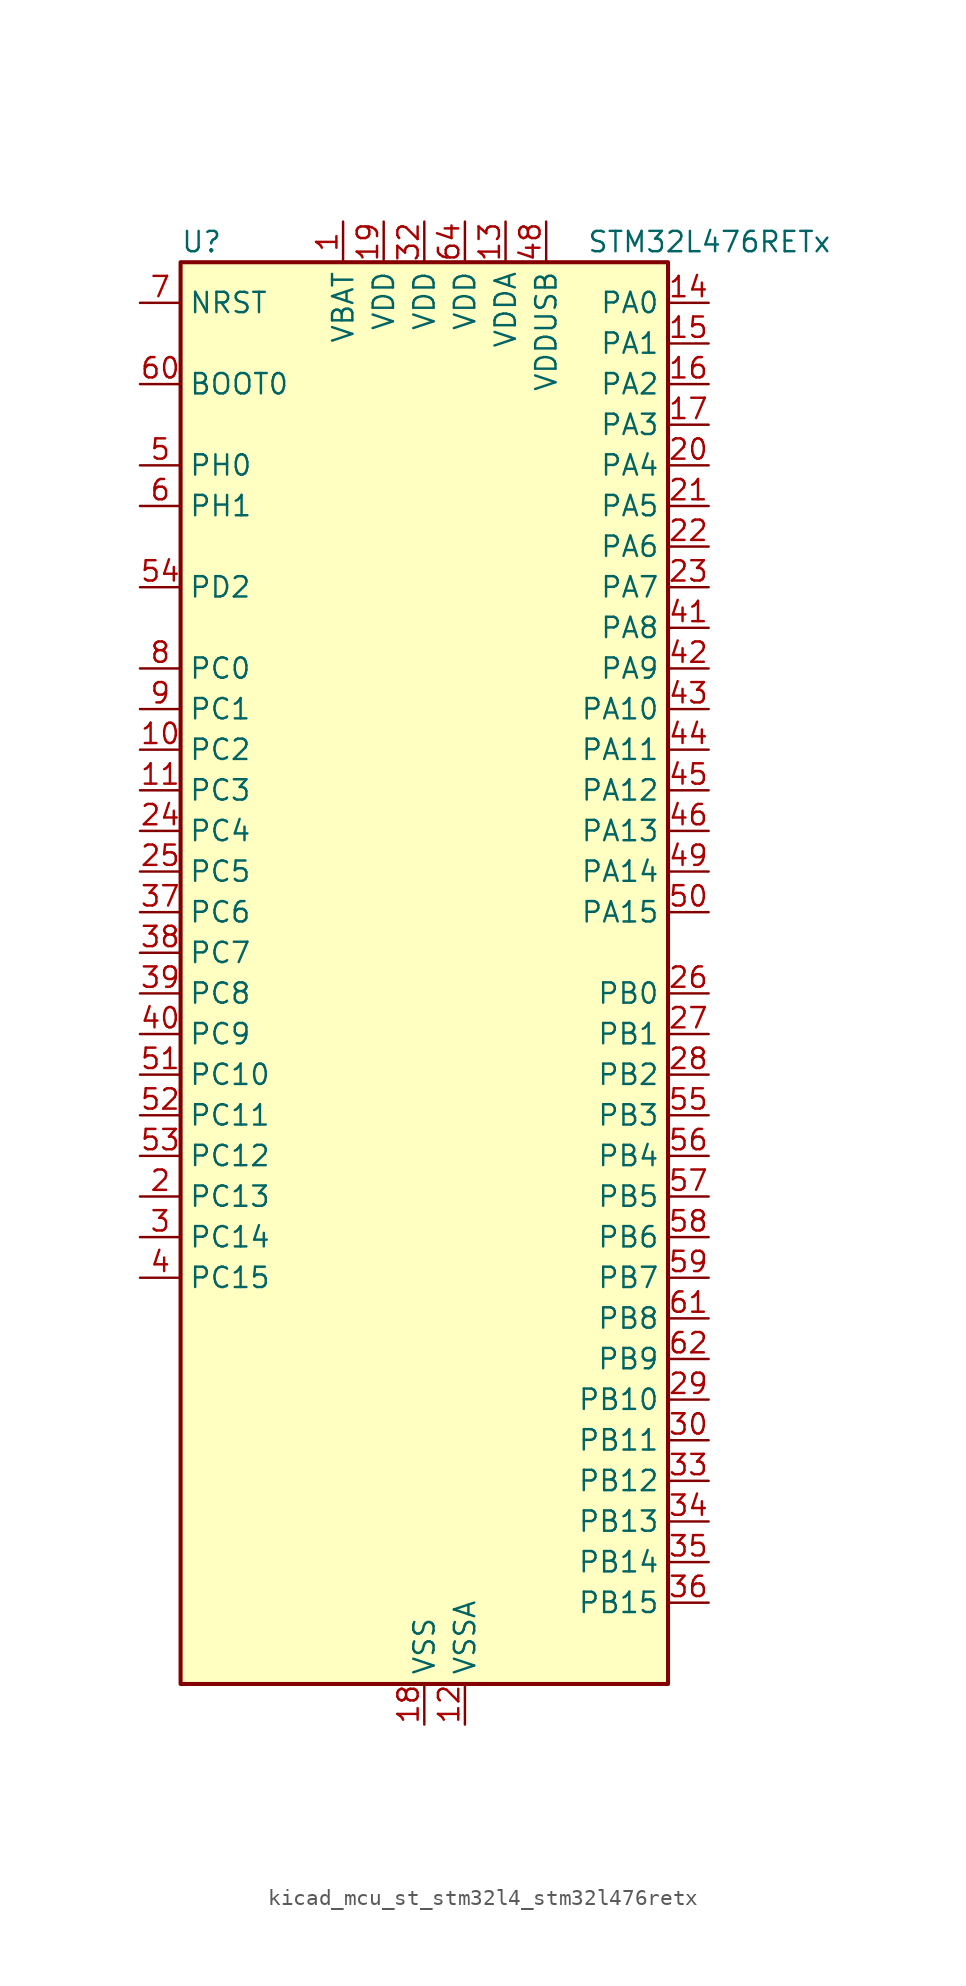
<source format=kicad_sym>
(kicad_symbol_lib
  (version 20220914)
  (generator kicad_symbol_editor)
  (symbol "kicad_mcu_st_stm32l4_stm32l476retx"
    (property "Reference" "U"
      (at -15.24 46.99 0)
      (effects (font (size 1.27 1.27)) (justify left)))
    (property "Value" "STM32L476RETx"
      (at 10.16 46.99 0)
      (effects (font (size 1.27 1.27)) (justify left)))
    (property "ki_locked" ""
      (at 0 0 0)
      (effects (font (size 1.27 1.27))))
    (symbol "kicad_mcu_st_stm32l4_stm32l476retx_0_1"
      (rectangle (start -15.24 -43.18) (end 15.24 45.72) (stroke (width 0.254) (type default)) (fill (type background))))
    (symbol "kicad_mcu_st_stm32l4_stm32l476retx_1_1"
      (pin power_in line (at -5.08 48.26 270) (length 2.54) (name "VBAT" (effects (font (size 1.27 1.27)))) (number "1" (effects (font (size 1.27 1.27)))))
      (pin bidirectional line (at -17.78 15.24 0) (length 2.54) (name "PC2" (effects (font (size 1.27 1.27)))) (number "10" (effects (font (size 1.27 1.27)))) (alternate "ADC1_IN3" bidirectional line) (alternate "ADC2_IN3" bidirectional line) (alternate "ADC3_IN3" bidirectional line) (alternate "DFSDM1_CKOUT" bidirectional line) (alternate "LCD_SEG20" bidirectional line) (alternate "LPTIM1_IN2" bidirectional line) (alternate "SPI2_MISO" bidirectional line))
      (pin bidirectional line (at -17.78 12.7 0) (length 2.54) (name "PC3" (effects (font (size 1.27 1.27)))) (number "11" (effects (font (size 1.27 1.27)))) (alternate "ADC1_IN4" bidirectional line) (alternate "ADC2_IN4" bidirectional line) (alternate "ADC3_IN4" bidirectional line) (alternate "LCD_VLCD" bidirectional line) (alternate "LPTIM1_ETR" bidirectional line) (alternate "LPTIM2_ETR" bidirectional line) (alternate "SAI1_SD_A" bidirectional line) (alternate "SPI2_MOSI" bidirectional line))
      (pin power_in line (at 2.54 -45.72 90) (length 2.54) (name "VSSA" (effects (font (size 1.27 1.27)))) (number "12" (effects (font (size 1.27 1.27)))))
      (pin power_in line (at 5.08 48.26 270) (length 2.54) (name "VDDA" (effects (font (size 1.27 1.27)))) (number "13" (effects (font (size 1.27 1.27)))))
      (pin bidirectional line (at 17.78 43.18 180) (length 2.54) (name "PA0" (effects (font (size 1.27 1.27)))) (number "14" (effects (font (size 1.27 1.27)))) (alternate "ADC1_IN5" bidirectional line) (alternate "ADC2_IN5" bidirectional line) (alternate "OPAMP1_VINP" bidirectional line) (alternate "RTC_TAMP2" bidirectional line) (alternate "SAI1_EXTCLK" bidirectional line) (alternate "SYS_WKUP1" bidirectional line) (alternate "TIM2_CH1" bidirectional line) (alternate "TIM2_ETR" bidirectional line) (alternate "TIM5_CH1" bidirectional line) (alternate "TIM8_ETR" bidirectional line) (alternate "UART4_TX" bidirectional line) (alternate "USART2_CTS" bidirectional line))
      (pin bidirectional line (at 17.78 40.64 180) (length 2.54) (name "PA1" (effects (font (size 1.27 1.27)))) (number "15" (effects (font (size 1.27 1.27)))) (alternate "ADC1_IN6" bidirectional line) (alternate "ADC2_IN6" bidirectional line) (alternate "LCD_SEG0" bidirectional line) (alternate "OPAMP1_VINM" bidirectional line) (alternate "TIM15_CH1N" bidirectional line) (alternate "TIM2_CH2" bidirectional line) (alternate "TIM5_CH2" bidirectional line) (alternate "UART4_RX" bidirectional line) (alternate "USART2_DE" bidirectional line) (alternate "USART2_RTS" bidirectional line))
      (pin bidirectional line (at 17.78 38.1 180) (length 2.54) (name "PA2" (effects (font (size 1.27 1.27)))) (number "16" (effects (font (size 1.27 1.27)))) (alternate "ADC1_IN7" bidirectional line) (alternate "ADC2_IN7" bidirectional line) (alternate "LCD_SEG1" bidirectional line) (alternate "RCC_LSCO" bidirectional line) (alternate "SAI2_EXTCLK" bidirectional line) (alternate "SYS_WKUP4" bidirectional line) (alternate "TIM15_CH1" bidirectional line) (alternate "TIM2_CH3" bidirectional line) (alternate "TIM5_CH3" bidirectional line) (alternate "USART2_TX" bidirectional line))
      (pin bidirectional line (at 17.78 35.56 180) (length 2.54) (name "PA3" (effects (font (size 1.27 1.27)))) (number "17" (effects (font (size 1.27 1.27)))) (alternate "ADC1_IN8" bidirectional line) (alternate "ADC2_IN8" bidirectional line) (alternate "LCD_SEG2" bidirectional line) (alternate "OPAMP1_VOUT" bidirectional line) (alternate "TIM15_CH2" bidirectional line) (alternate "TIM2_CH4" bidirectional line) (alternate "TIM5_CH4" bidirectional line) (alternate "USART2_RX" bidirectional line))
      (pin power_in line (at 0 -45.72 90) (length 2.54) (name "VSS" (effects (font (size 1.27 1.27)))) (number "18" (effects (font (size 1.27 1.27)))))
      (pin power_in line (at -2.54 48.26 270) (length 2.54) (name "VDD" (effects (font (size 1.27 1.27)))) (number "19" (effects (font (size 1.27 1.27)))))
      (pin bidirectional line (at -17.78 -12.7 0) (length 2.54) (name "PC13" (effects (font (size 1.27 1.27)))) (number "2" (effects (font (size 1.27 1.27)))) (alternate "RTC_OUT_ALARM" bidirectional line) (alternate "RTC_OUT_CALIB" bidirectional line) (alternate "RTC_TAMP1" bidirectional line) (alternate "RTC_TS" bidirectional line) (alternate "SYS_WKUP2" bidirectional line))
      (pin bidirectional line (at 17.78 33.02 180) (length 2.54) (name "PA4" (effects (font (size 1.27 1.27)))) (number "20" (effects (font (size 1.27 1.27)))) (alternate "ADC1_IN9" bidirectional line) (alternate "ADC2_IN9" bidirectional line) (alternate "DAC1_OUT1" bidirectional line) (alternate "LPTIM2_OUT" bidirectional line) (alternate "SAI1_FS_B" bidirectional line) (alternate "SPI1_NSS" bidirectional line) (alternate "SPI3_NSS" bidirectional line) (alternate "USART2_CK" bidirectional line))
      (pin bidirectional line (at 17.78 30.48 180) (length 2.54) (name "PA5" (effects (font (size 1.27 1.27)))) (number "21" (effects (font (size 1.27 1.27)))) (alternate "ADC1_IN10" bidirectional line) (alternate "ADC2_IN10" bidirectional line) (alternate "DAC1_OUT2" bidirectional line) (alternate "LPTIM2_ETR" bidirectional line) (alternate "SPI1_SCK" bidirectional line) (alternate "TIM2_CH1" bidirectional line) (alternate "TIM2_ETR" bidirectional line) (alternate "TIM8_CH1N" bidirectional line))
      (pin bidirectional line (at 17.78 27.94 180) (length 2.54) (name "PA6" (effects (font (size 1.27 1.27)))) (number "22" (effects (font (size 1.27 1.27)))) (alternate "ADC1_IN11" bidirectional line) (alternate "ADC2_IN11" bidirectional line) (alternate "LCD_SEG3" bidirectional line) (alternate "OPAMP2_VINP" bidirectional line) (alternate "QUADSPI_BK1_IO3" bidirectional line) (alternate "SPI1_MISO" bidirectional line) (alternate "TIM16_CH1" bidirectional line) (alternate "TIM1_BKIN" bidirectional line) (alternate "TIM1_BKIN_COMP2" bidirectional line) (alternate "TIM3_CH1" bidirectional line) (alternate "TIM8_BKIN" bidirectional line) (alternate "TIM8_BKIN_COMP2" bidirectional line) (alternate "USART3_CTS" bidirectional line))
      (pin bidirectional line (at 17.78 25.4 180) (length 2.54) (name "PA7" (effects (font (size 1.27 1.27)))) (number "23" (effects (font (size 1.27 1.27)))) (alternate "ADC1_IN12" bidirectional line) (alternate "ADC2_IN12" bidirectional line) (alternate "LCD_SEG4" bidirectional line) (alternate "OPAMP2_VINM" bidirectional line) (alternate "QUADSPI_BK1_IO2" bidirectional line) (alternate "SPI1_MOSI" bidirectional line) (alternate "TIM17_CH1" bidirectional line) (alternate "TIM1_CH1N" bidirectional line) (alternate "TIM3_CH2" bidirectional line) (alternate "TIM8_CH1N" bidirectional line))
      (pin bidirectional line (at -17.78 10.16 0) (length 2.54) (name "PC4" (effects (font (size 1.27 1.27)))) (number "24" (effects (font (size 1.27 1.27)))) (alternate "ADC1_IN13" bidirectional line) (alternate "ADC2_IN13" bidirectional line) (alternate "COMP1_INM" bidirectional line) (alternate "LCD_SEG22" bidirectional line) (alternate "USART3_TX" bidirectional line))
      (pin bidirectional line (at -17.78 7.62 0) (length 2.54) (name "PC5" (effects (font (size 1.27 1.27)))) (number "25" (effects (font (size 1.27 1.27)))) (alternate "ADC1_IN14" bidirectional line) (alternate "ADC2_IN14" bidirectional line) (alternate "COMP1_INP" bidirectional line) (alternate "LCD_SEG23" bidirectional line) (alternate "SYS_WKUP5" bidirectional line) (alternate "USART3_RX" bidirectional line))
      (pin bidirectional line (at 17.78 0 180) (length 2.54) (name "PB0" (effects (font (size 1.27 1.27)))) (number "26" (effects (font (size 1.27 1.27)))) (alternate "ADC1_IN15" bidirectional line) (alternate "ADC2_IN15" bidirectional line) (alternate "COMP1_OUT" bidirectional line) (alternate "LCD_SEG5" bidirectional line) (alternate "OPAMP2_VOUT" bidirectional line) (alternate "QUADSPI_BK1_IO1" bidirectional line) (alternate "TIM1_CH2N" bidirectional line) (alternate "TIM3_CH3" bidirectional line) (alternate "TIM8_CH2N" bidirectional line) (alternate "USART3_CK" bidirectional line))
      (pin bidirectional line (at 17.78 -2.54 180) (length 2.54) (name "PB1" (effects (font (size 1.27 1.27)))) (number "27" (effects (font (size 1.27 1.27)))) (alternate "ADC1_IN16" bidirectional line) (alternate "ADC2_IN16" bidirectional line) (alternate "COMP1_INM" bidirectional line) (alternate "DFSDM1_DATIN0" bidirectional line) (alternate "LCD_SEG6" bidirectional line) (alternate "LPTIM2_IN1" bidirectional line) (alternate "QUADSPI_BK1_IO0" bidirectional line) (alternate "TIM1_CH3N" bidirectional line) (alternate "TIM3_CH4" bidirectional line) (alternate "TIM8_CH3N" bidirectional line) (alternate "USART3_DE" bidirectional line) (alternate "USART3_RTS" bidirectional line))
      (pin bidirectional line (at 17.78 -5.08 180) (length 2.54) (name "PB2" (effects (font (size 1.27 1.27)))) (number "28" (effects (font (size 1.27 1.27)))) (alternate "COMP1_INP" bidirectional line) (alternate "DFSDM1_CKIN0" bidirectional line) (alternate "I2C3_SMBA" bidirectional line) (alternate "LPTIM1_OUT" bidirectional line) (alternate "RTC_OUT_ALARM" bidirectional line) (alternate "RTC_OUT_CALIB" bidirectional line))
      (pin bidirectional line (at 17.78 -25.4 180) (length 2.54) (name "PB10" (effects (font (size 1.27 1.27)))) (number "29" (effects (font (size 1.27 1.27)))) (alternate "COMP1_OUT" bidirectional line) (alternate "DFSDM1_DATIN7" bidirectional line) (alternate "I2C2_SCL" bidirectional line) (alternate "LCD_SEG10" bidirectional line) (alternate "LPUART1_RX" bidirectional line) (alternate "QUADSPI_CLK" bidirectional line) (alternate "SAI1_SCK_A" bidirectional line) (alternate "SPI2_SCK" bidirectional line) (alternate "TIM2_CH3" bidirectional line) (alternate "USART3_TX" bidirectional line))
      (pin bidirectional line (at -17.78 -15.24 0) (length 2.54) (name "PC14" (effects (font (size 1.27 1.27)))) (number "3" (effects (font (size 1.27 1.27)))) (alternate "RCC_OSC32_IN" bidirectional line))
      (pin bidirectional line (at 17.78 -27.94 180) (length 2.54) (name "PB11" (effects (font (size 1.27 1.27)))) (number "30" (effects (font (size 1.27 1.27)))) (alternate "ADC1_EXTI11" bidirectional line) (alternate "ADC2_EXTI11" bidirectional line) (alternate "ADC3_EXTI11" bidirectional line) (alternate "COMP2_OUT" bidirectional line) (alternate "DFSDM1_CKIN7" bidirectional line) (alternate "I2C2_SDA" bidirectional line) (alternate "LCD_SEG11" bidirectional line) (alternate "LPUART1_TX" bidirectional line) (alternate "QUADSPI_NCS" bidirectional line) (alternate "TIM2_CH4" bidirectional line) (alternate "USART3_RX" bidirectional line))
      (pin passive line (at 0 -45.72 90) (length 2.54) hide (name "VSS" (effects (font (size 1.27 1.27)))) (number "31" (effects (font (size 1.27 1.27)))))
      (pin power_in line (at 0 48.26 270) (length 2.54) (name "VDD" (effects (font (size 1.27 1.27)))) (number "32" (effects (font (size 1.27 1.27)))))
      (pin bidirectional line (at 17.78 -30.48 180) (length 2.54) (name "PB12" (effects (font (size 1.27 1.27)))) (number "33" (effects (font (size 1.27 1.27)))) (alternate "DFSDM1_DATIN1" bidirectional line) (alternate "I2C2_SMBA" bidirectional line) (alternate "LCD_SEG12" bidirectional line) (alternate "LPUART1_DE" bidirectional line) (alternate "LPUART1_RTS" bidirectional line) (alternate "SAI2_FS_A" bidirectional line) (alternate "SPI2_NSS" bidirectional line) (alternate "SWPMI1_IO" bidirectional line) (alternate "TIM15_BKIN" bidirectional line) (alternate "TIM1_BKIN" bidirectional line) (alternate "TIM1_BKIN_COMP2" bidirectional line) (alternate "TSC_G1_IO1" bidirectional line) (alternate "USART3_CK" bidirectional line))
      (pin bidirectional line (at 17.78 -33.02 180) (length 2.54) (name "PB13" (effects (font (size 1.27 1.27)))) (number "34" (effects (font (size 1.27 1.27)))) (alternate "DFSDM1_CKIN1" bidirectional line) (alternate "I2C2_SCL" bidirectional line) (alternate "LCD_SEG13" bidirectional line) (alternate "LPUART1_CTS" bidirectional line) (alternate "SAI2_SCK_A" bidirectional line) (alternate "SPI2_SCK" bidirectional line) (alternate "SWPMI1_TX" bidirectional line) (alternate "TIM15_CH1N" bidirectional line) (alternate "TIM1_CH1N" bidirectional line) (alternate "TSC_G1_IO2" bidirectional line) (alternate "USART3_CTS" bidirectional line))
      (pin bidirectional line (at 17.78 -35.56 180) (length 2.54) (name "PB14" (effects (font (size 1.27 1.27)))) (number "35" (effects (font (size 1.27 1.27)))) (alternate "DFSDM1_DATIN2" bidirectional line) (alternate "I2C2_SDA" bidirectional line) (alternate "LCD_SEG14" bidirectional line) (alternate "SAI2_MCLK_A" bidirectional line) (alternate "SPI2_MISO" bidirectional line) (alternate "SWPMI1_RX" bidirectional line) (alternate "TIM15_CH1" bidirectional line) (alternate "TIM1_CH2N" bidirectional line) (alternate "TIM8_CH2N" bidirectional line) (alternate "TSC_G1_IO3" bidirectional line) (alternate "USART3_DE" bidirectional line) (alternate "USART3_RTS" bidirectional line))
      (pin bidirectional line (at 17.78 -38.1 180) (length 2.54) (name "PB15" (effects (font (size 1.27 1.27)))) (number "36" (effects (font (size 1.27 1.27)))) (alternate "ADC1_EXTI15" bidirectional line) (alternate "ADC2_EXTI15" bidirectional line) (alternate "ADC3_EXTI15" bidirectional line) (alternate "DFSDM1_CKIN2" bidirectional line) (alternate "LCD_SEG15" bidirectional line) (alternate "RTC_REFIN" bidirectional line) (alternate "SAI2_SD_A" bidirectional line) (alternate "SPI2_MOSI" bidirectional line) (alternate "SWPMI1_SUSPEND" bidirectional line) (alternate "TIM15_CH2" bidirectional line) (alternate "TIM1_CH3N" bidirectional line) (alternate "TIM8_CH3N" bidirectional line) (alternate "TSC_G1_IO4" bidirectional line))
      (pin bidirectional line (at -17.78 5.08 0) (length 2.54) (name "PC6" (effects (font (size 1.27 1.27)))) (number "37" (effects (font (size 1.27 1.27)))) (alternate "DFSDM1_CKIN3" bidirectional line) (alternate "LCD_SEG24" bidirectional line) (alternate "SAI2_MCLK_A" bidirectional line) (alternate "SDMMC1_D6" bidirectional line) (alternate "TIM3_CH1" bidirectional line) (alternate "TIM8_CH1" bidirectional line) (alternate "TSC_G4_IO1" bidirectional line))
      (pin bidirectional line (at -17.78 2.54 0) (length 2.54) (name "PC7" (effects (font (size 1.27 1.27)))) (number "38" (effects (font (size 1.27 1.27)))) (alternate "DFSDM1_DATIN3" bidirectional line) (alternate "LCD_SEG25" bidirectional line) (alternate "SAI2_MCLK_B" bidirectional line) (alternate "SDMMC1_D7" bidirectional line) (alternate "TIM3_CH2" bidirectional line) (alternate "TIM8_CH2" bidirectional line) (alternate "TSC_G4_IO2" bidirectional line))
      (pin bidirectional line (at -17.78 0 0) (length 2.54) (name "PC8" (effects (font (size 1.27 1.27)))) (number "39" (effects (font (size 1.27 1.27)))) (alternate "LCD_SEG26" bidirectional line) (alternate "SDMMC1_D0" bidirectional line) (alternate "TIM3_CH3" bidirectional line) (alternate "TIM8_CH3" bidirectional line) (alternate "TSC_G4_IO3" bidirectional line))
      (pin bidirectional line (at -17.78 -17.78 0) (length 2.54) (name "PC15" (effects (font (size 1.27 1.27)))) (number "4" (effects (font (size 1.27 1.27)))) (alternate "ADC1_EXTI15" bidirectional line) (alternate "ADC2_EXTI15" bidirectional line) (alternate "ADC3_EXTI15" bidirectional line) (alternate "RCC_OSC32_OUT" bidirectional line))
      (pin bidirectional line (at -17.78 -2.54 0) (length 2.54) (name "PC9" (effects (font (size 1.27 1.27)))) (number "40" (effects (font (size 1.27 1.27)))) (alternate "DAC1_EXTI9" bidirectional line) (alternate "LCD_SEG27" bidirectional line) (alternate "SAI2_EXTCLK" bidirectional line) (alternate "SDMMC1_D1" bidirectional line) (alternate "TIM3_CH4" bidirectional line) (alternate "TIM8_BKIN2" bidirectional line) (alternate "TIM8_BKIN2_COMP1" bidirectional line) (alternate "TIM8_CH4" bidirectional line) (alternate "TSC_G4_IO4" bidirectional line) (alternate "USB_OTG_FS_NOE" bidirectional line))
      (pin bidirectional line (at 17.78 22.86 180) (length 2.54) (name "PA8" (effects (font (size 1.27 1.27)))) (number "41" (effects (font (size 1.27 1.27)))) (alternate "LCD_COM0" bidirectional line) (alternate "LPTIM2_OUT" bidirectional line) (alternate "RCC_MCO" bidirectional line) (alternate "TIM1_CH1" bidirectional line) (alternate "USART1_CK" bidirectional line) (alternate "USB_OTG_FS_SOF" bidirectional line))
      (pin bidirectional line (at 17.78 20.32 180) (length 2.54) (name "PA9" (effects (font (size 1.27 1.27)))) (number "42" (effects (font (size 1.27 1.27)))) (alternate "DAC1_EXTI9" bidirectional line) (alternate "LCD_COM1" bidirectional line) (alternate "TIM15_BKIN" bidirectional line) (alternate "TIM1_CH2" bidirectional line) (alternate "USART1_TX" bidirectional line) (alternate "USB_OTG_FS_VBUS" bidirectional line))
      (pin bidirectional line (at 17.78 17.78 180) (length 2.54) (name "PA10" (effects (font (size 1.27 1.27)))) (number "43" (effects (font (size 1.27 1.27)))) (alternate "LCD_COM2" bidirectional line) (alternate "TIM17_BKIN" bidirectional line) (alternate "TIM1_CH3" bidirectional line) (alternate "USART1_RX" bidirectional line) (alternate "USB_OTG_FS_ID" bidirectional line))
      (pin bidirectional line (at 17.78 15.24 180) (length 2.54) (name "PA11" (effects (font (size 1.27 1.27)))) (number "44" (effects (font (size 1.27 1.27)))) (alternate "ADC1_EXTI11" bidirectional line) (alternate "ADC2_EXTI11" bidirectional line) (alternate "ADC3_EXTI11" bidirectional line) (alternate "CAN1_RX" bidirectional line) (alternate "TIM1_BKIN2" bidirectional line) (alternate "TIM1_BKIN2_COMP1" bidirectional line) (alternate "TIM1_CH4" bidirectional line) (alternate "USART1_CTS" bidirectional line) (alternate "USB_OTG_FS_DM" bidirectional line))
      (pin bidirectional line (at 17.78 12.7 180) (length 2.54) (name "PA12" (effects (font (size 1.27 1.27)))) (number "45" (effects (font (size 1.27 1.27)))) (alternate "CAN1_TX" bidirectional line) (alternate "TIM1_ETR" bidirectional line) (alternate "USART1_DE" bidirectional line) (alternate "USART1_RTS" bidirectional line) (alternate "USB_OTG_FS_DP" bidirectional line))
      (pin bidirectional line (at 17.78 10.16 180) (length 2.54) (name "PA13" (effects (font (size 1.27 1.27)))) (number "46" (effects (font (size 1.27 1.27)))) (alternate "IR_OUT" bidirectional line) (alternate "SYS_JTMS-SWDIO" bidirectional line) (alternate "USB_OTG_FS_NOE" bidirectional line))
      (pin passive line (at 0 -45.72 90) (length 2.54) hide (name "VSS" (effects (font (size 1.27 1.27)))) (number "47" (effects (font (size 1.27 1.27)))))
      (pin power_in line (at 7.62 48.26 270) (length 2.54) (name "VDDUSB" (effects (font (size 1.27 1.27)))) (number "48" (effects (font (size 1.27 1.27)))))
      (pin bidirectional line (at 17.78 7.62 180) (length 2.54) (name "PA14" (effects (font (size 1.27 1.27)))) (number "49" (effects (font (size 1.27 1.27)))) (alternate "SYS_JTCK-SWCLK" bidirectional line))
      (pin bidirectional line (at -17.78 33.02 0) (length 2.54) (name "PH0" (effects (font (size 1.27 1.27)))) (number "5" (effects (font (size 1.27 1.27)))) (alternate "RCC_OSC_IN" bidirectional line))
      (pin bidirectional line (at 17.78 5.08 180) (length 2.54) (name "PA15" (effects (font (size 1.27 1.27)))) (number "50" (effects (font (size 1.27 1.27)))) (alternate "ADC1_EXTI15" bidirectional line) (alternate "ADC2_EXTI15" bidirectional line) (alternate "ADC3_EXTI15" bidirectional line) (alternate "LCD_SEG17" bidirectional line) (alternate "SAI2_FS_B" bidirectional line) (alternate "SPI1_NSS" bidirectional line) (alternate "SPI3_NSS" bidirectional line) (alternate "SYS_JTDI" bidirectional line) (alternate "TIM2_CH1" bidirectional line) (alternate "TIM2_ETR" bidirectional line) (alternate "TSC_G3_IO1" bidirectional line) (alternate "UART4_DE" bidirectional line) (alternate "UART4_RTS" bidirectional line))
      (pin bidirectional line (at -17.78 -5.08 0) (length 2.54) (name "PC10" (effects (font (size 1.27 1.27)))) (number "51" (effects (font (size 1.27 1.27)))) (alternate "LCD_COM4" bidirectional line) (alternate "LCD_SEG28" bidirectional line) (alternate "LCD_SEG40" bidirectional line) (alternate "SAI2_SCK_B" bidirectional line) (alternate "SDMMC1_D2" bidirectional line) (alternate "SPI3_SCK" bidirectional line) (alternate "TSC_G3_IO2" bidirectional line) (alternate "UART4_TX" bidirectional line) (alternate "USART3_TX" bidirectional line))
      (pin bidirectional line (at -17.78 -7.62 0) (length 2.54) (name "PC11" (effects (font (size 1.27 1.27)))) (number "52" (effects (font (size 1.27 1.27)))) (alternate "ADC1_EXTI11" bidirectional line) (alternate "ADC2_EXTI11" bidirectional line) (alternate "ADC3_EXTI11" bidirectional line) (alternate "LCD_COM5" bidirectional line) (alternate "LCD_SEG29" bidirectional line) (alternate "LCD_SEG41" bidirectional line) (alternate "SAI2_MCLK_B" bidirectional line) (alternate "SDMMC1_D3" bidirectional line) (alternate "SPI3_MISO" bidirectional line) (alternate "TSC_G3_IO3" bidirectional line) (alternate "UART4_RX" bidirectional line) (alternate "USART3_RX" bidirectional line))
      (pin bidirectional line (at -17.78 -10.16 0) (length 2.54) (name "PC12" (effects (font (size 1.27 1.27)))) (number "53" (effects (font (size 1.27 1.27)))) (alternate "LCD_COM6" bidirectional line) (alternate "LCD_SEG30" bidirectional line) (alternate "LCD_SEG42" bidirectional line) (alternate "SAI2_SD_B" bidirectional line) (alternate "SDMMC1_CK" bidirectional line) (alternate "SPI3_MOSI" bidirectional line) (alternate "TSC_G3_IO4" bidirectional line) (alternate "UART5_TX" bidirectional line) (alternate "USART3_CK" bidirectional line))
      (pin bidirectional line (at -17.78 25.4 0) (length 2.54) (name "PD2" (effects (font (size 1.27 1.27)))) (number "54" (effects (font (size 1.27 1.27)))) (alternate "LCD_COM7" bidirectional line) (alternate "LCD_SEG31" bidirectional line) (alternate "LCD_SEG43" bidirectional line) (alternate "SDMMC1_CMD" bidirectional line) (alternate "TIM3_ETR" bidirectional line) (alternate "TSC_SYNC" bidirectional line) (alternate "UART5_RX" bidirectional line) (alternate "USART3_DE" bidirectional line) (alternate "USART3_RTS" bidirectional line))
      (pin bidirectional line (at 17.78 -7.62 180) (length 2.54) (name "PB3" (effects (font (size 1.27 1.27)))) (number "55" (effects (font (size 1.27 1.27)))) (alternate "COMP2_INM" bidirectional line) (alternate "LCD_SEG7" bidirectional line) (alternate "SAI1_SCK_B" bidirectional line) (alternate "SPI1_SCK" bidirectional line) (alternate "SPI3_SCK" bidirectional line) (alternate "SYS_JTDO-SWO" bidirectional line) (alternate "TIM2_CH2" bidirectional line) (alternate "USART1_DE" bidirectional line) (alternate "USART1_RTS" bidirectional line))
      (pin bidirectional line (at 17.78 -10.16 180) (length 2.54) (name "PB4" (effects (font (size 1.27 1.27)))) (number "56" (effects (font (size 1.27 1.27)))) (alternate "COMP2_INP" bidirectional line) (alternate "LCD_SEG8" bidirectional line) (alternate "SAI1_MCLK_B" bidirectional line) (alternate "SPI1_MISO" bidirectional line) (alternate "SPI3_MISO" bidirectional line) (alternate "SYS_JTRST" bidirectional line) (alternate "TIM17_BKIN" bidirectional line) (alternate "TIM3_CH1" bidirectional line) (alternate "TSC_G2_IO1" bidirectional line) (alternate "UART5_DE" bidirectional line) (alternate "UART5_RTS" bidirectional line) (alternate "USART1_CTS" bidirectional line))
      (pin bidirectional line (at 17.78 -12.7 180) (length 2.54) (name "PB5" (effects (font (size 1.27 1.27)))) (number "57" (effects (font (size 1.27 1.27)))) (alternate "COMP2_OUT" bidirectional line) (alternate "I2C1_SMBA" bidirectional line) (alternate "LCD_SEG9" bidirectional line) (alternate "LPTIM1_IN1" bidirectional line) (alternate "SAI1_SD_B" bidirectional line) (alternate "SPI1_MOSI" bidirectional line) (alternate "SPI3_MOSI" bidirectional line) (alternate "TIM16_BKIN" bidirectional line) (alternate "TIM3_CH2" bidirectional line) (alternate "TSC_G2_IO2" bidirectional line) (alternate "UART5_CTS" bidirectional line) (alternate "USART1_CK" bidirectional line))
      (pin bidirectional line (at 17.78 -15.24 180) (length 2.54) (name "PB6" (effects (font (size 1.27 1.27)))) (number "58" (effects (font (size 1.27 1.27)))) (alternate "COMP2_INP" bidirectional line) (alternate "DFSDM1_DATIN5" bidirectional line) (alternate "I2C1_SCL" bidirectional line) (alternate "LPTIM1_ETR" bidirectional line) (alternate "SAI1_FS_B" bidirectional line) (alternate "TIM16_CH1N" bidirectional line) (alternate "TIM4_CH1" bidirectional line) (alternate "TIM8_BKIN2" bidirectional line) (alternate "TIM8_BKIN2_COMP2" bidirectional line) (alternate "TSC_G2_IO3" bidirectional line) (alternate "USART1_TX" bidirectional line))
      (pin bidirectional line (at 17.78 -17.78 180) (length 2.54) (name "PB7" (effects (font (size 1.27 1.27)))) (number "59" (effects (font (size 1.27 1.27)))) (alternate "COMP2_INM" bidirectional line) (alternate "DFSDM1_CKIN5" bidirectional line) (alternate "I2C1_SDA" bidirectional line) (alternate "LCD_SEG21" bidirectional line) (alternate "LPTIM1_IN2" bidirectional line) (alternate "SYS_PVD_IN" bidirectional line) (alternate "TIM17_CH1N" bidirectional line) (alternate "TIM4_CH2" bidirectional line) (alternate "TIM8_BKIN" bidirectional line) (alternate "TIM8_BKIN_COMP1" bidirectional line) (alternate "TSC_G2_IO4" bidirectional line) (alternate "UART4_CTS" bidirectional line) (alternate "USART1_RX" bidirectional line))
      (pin bidirectional line (at -17.78 30.48 0) (length 2.54) (name "PH1" (effects (font (size 1.27 1.27)))) (number "6" (effects (font (size 1.27 1.27)))) (alternate "RCC_OSC_OUT" bidirectional line))
      (pin input line (at -17.78 38.1 0) (length 2.54) (name "BOOT0" (effects (font (size 1.27 1.27)))) (number "60" (effects (font (size 1.27 1.27)))))
      (pin bidirectional line (at 17.78 -20.32 180) (length 2.54) (name "PB8" (effects (font (size 1.27 1.27)))) (number "61" (effects (font (size 1.27 1.27)))) (alternate "CAN1_RX" bidirectional line) (alternate "DFSDM1_DATIN6" bidirectional line) (alternate "I2C1_SCL" bidirectional line) (alternate "LCD_SEG16" bidirectional line) (alternate "SAI1_MCLK_A" bidirectional line) (alternate "SDMMC1_D4" bidirectional line) (alternate "TIM16_CH1" bidirectional line) (alternate "TIM4_CH3" bidirectional line))
      (pin bidirectional line (at 17.78 -22.86 180) (length 2.54) (name "PB9" (effects (font (size 1.27 1.27)))) (number "62" (effects (font (size 1.27 1.27)))) (alternate "CAN1_TX" bidirectional line) (alternate "DAC1_EXTI9" bidirectional line) (alternate "DFSDM1_CKIN6" bidirectional line) (alternate "I2C1_SDA" bidirectional line) (alternate "IR_OUT" bidirectional line) (alternate "LCD_COM3" bidirectional line) (alternate "SAI1_FS_A" bidirectional line) (alternate "SDMMC1_D5" bidirectional line) (alternate "SPI2_NSS" bidirectional line) (alternate "TIM17_CH1" bidirectional line) (alternate "TIM4_CH4" bidirectional line))
      (pin passive line (at 0 -45.72 90) (length 2.54) hide (name "VSS" (effects (font (size 1.27 1.27)))) (number "63" (effects (font (size 1.27 1.27)))))
      (pin power_in line (at 2.54 48.26 270) (length 2.54) (name "VDD" (effects (font (size 1.27 1.27)))) (number "64" (effects (font (size 1.27 1.27)))))
      (pin input line (at -17.78 43.18 0) (length 2.54) (name "NRST" (effects (font (size 1.27 1.27)))) (number "7" (effects (font (size 1.27 1.27)))))
      (pin bidirectional line (at -17.78 20.32 0) (length 2.54) (name "PC0" (effects (font (size 1.27 1.27)))) (number "8" (effects (font (size 1.27 1.27)))) (alternate "ADC1_IN1" bidirectional line) (alternate "ADC2_IN1" bidirectional line) (alternate "ADC3_IN1" bidirectional line) (alternate "DFSDM1_DATIN4" bidirectional line) (alternate "I2C3_SCL" bidirectional line) (alternate "LCD_SEG18" bidirectional line) (alternate "LPTIM1_IN1" bidirectional line) (alternate "LPTIM2_IN1" bidirectional line) (alternate "LPUART1_RX" bidirectional line))
      (pin bidirectional line (at -17.78 17.78 0) (length 2.54) (name "PC1" (effects (font (size 1.27 1.27)))) (number "9" (effects (font (size 1.27 1.27)))) (alternate "ADC1_IN2" bidirectional line) (alternate "ADC2_IN2" bidirectional line) (alternate "ADC3_IN2" bidirectional line) (alternate "DFSDM1_CKIN4" bidirectional line) (alternate "I2C3_SDA" bidirectional line) (alternate "LCD_SEG19" bidirectional line) (alternate "LPTIM1_OUT" bidirectional line) (alternate "LPUART1_TX" bidirectional line)))))
</source>
